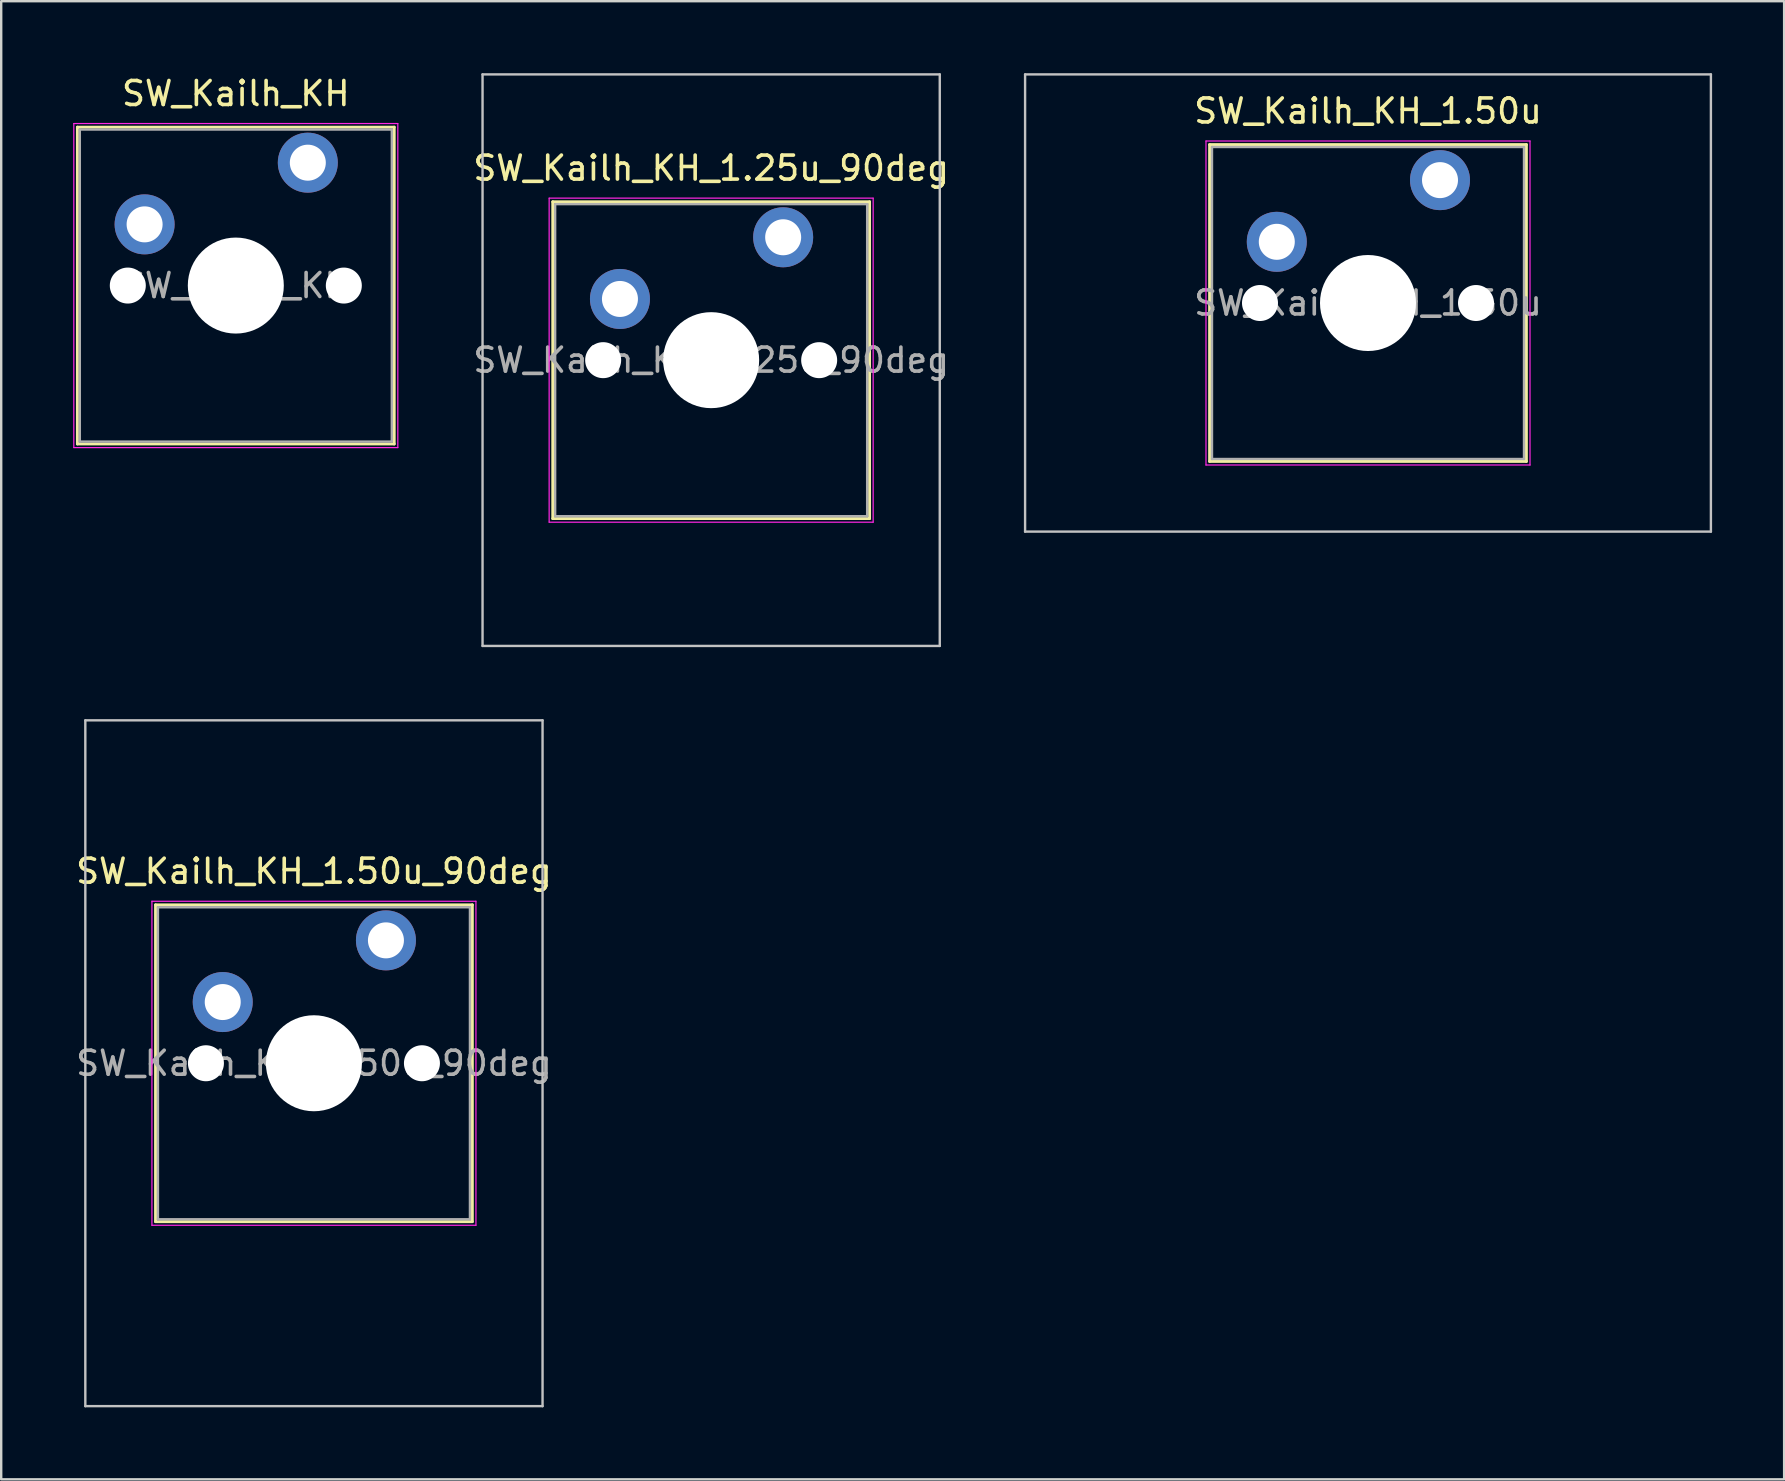
<source format=kicad_pcb>
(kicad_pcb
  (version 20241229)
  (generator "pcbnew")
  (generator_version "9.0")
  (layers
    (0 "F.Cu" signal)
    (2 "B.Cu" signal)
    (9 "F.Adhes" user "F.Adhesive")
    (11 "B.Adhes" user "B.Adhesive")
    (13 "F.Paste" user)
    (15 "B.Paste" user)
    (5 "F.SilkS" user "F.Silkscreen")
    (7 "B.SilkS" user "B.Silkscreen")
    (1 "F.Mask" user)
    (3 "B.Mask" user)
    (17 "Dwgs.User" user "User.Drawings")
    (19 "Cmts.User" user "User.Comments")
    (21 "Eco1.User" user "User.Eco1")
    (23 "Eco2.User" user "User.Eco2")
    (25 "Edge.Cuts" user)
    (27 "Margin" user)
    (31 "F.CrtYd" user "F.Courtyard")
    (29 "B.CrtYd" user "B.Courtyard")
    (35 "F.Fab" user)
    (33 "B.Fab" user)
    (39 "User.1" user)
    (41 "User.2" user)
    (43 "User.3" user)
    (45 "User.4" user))
  (footprint "SW_Kailh_KH"
    (layer "F.Cu")
    (at 6.775 8.848)
    (property "Reference" "SW_Kailh_KH" (at 0 -8 0) (layer "F.SilkS") (effects (font (size 1 1) (thickness 0.15))))
    (attr through_hole)
    (fp_line (start -6.6 -6.6) (end -6.6 6.6) (stroke (width 0.12) (type solid)) (layer "F.SilkS"))
    (fp_line (start -6.6 6.6) (end 6.6 6.6) (stroke (width 0.12) (type solid)) (layer "F.SilkS"))
    (fp_line (start 6.6 -6.6) (end -6.6 -6.6) (stroke (width 0.12) (type solid)) (layer "F.SilkS"))
    (fp_line (start 6.6 6.6) (end 6.6 -6.6) (stroke (width 0.12) (type solid)) (layer "F.SilkS"))
    (fp_line (start -6.1 -6.1) (end -6.1 6.1) (stroke (width 0.1) (type solid)) (layer "Eco1.User"))
    (fp_line (start -6.1 6.1) (end 6.1 6.1) (stroke (width 0.1) (type solid)) (layer "Eco1.User"))
    (fp_line (start 6.1 -6.1) (end -6.1 -6.1) (stroke (width 0.1) (type solid)) (layer "Eco1.User"))
    (fp_line (start 6.1 6.1) (end 6.1 -6.1) (stroke (width 0.1) (type solid)) (layer "Eco1.User"))
    (fp_line (start -6.75 -6.75) (end -6.75 6.75) (stroke (width 0.05) (type solid)) (layer "F.CrtYd"))
    (fp_line (start -6.75 6.75) (end 6.75 6.75) (stroke (width 0.05) (type solid)) (layer "F.CrtYd"))
    (fp_line (start 6.75 -6.75) (end -6.75 -6.75) (stroke (width 0.05) (type solid)) (layer "F.CrtYd"))
    (fp_line (start 6.75 6.75) (end 6.75 -6.75) (stroke (width 0.05) (type solid)) (layer "F.CrtYd"))
    (fp_line (start -6.5 -6.5) (end -6.5 6.5) (stroke (width 0.1) (type solid)) (layer "F.Fab"))
    (fp_line (start -6.5 6.5) (end 6.5 6.5) (stroke (width 0.1) (type solid)) (layer "F.Fab"))
    (fp_line (start 6.5 -6.5) (end -6.5 -6.5) (stroke (width 0.1) (type solid)) (layer "F.Fab"))
    (fp_line (start 6.5 6.5) (end 6.5 -6.5) (stroke (width 0.1) (type solid)) (layer "F.Fab"))
    (fp_text user "${REFERENCE}" (at 0 0 0) (layer "F.Fab") (effects (font (size 1 1) (thickness 0.15))))
    (pad "" np_thru_hole circle (at -4.5 0) (size 1.5 1.5) (drill 1.5) (layers "*.Cu" "*.Mask"))
    (pad "" smd circle (at -3.8 -2.55) (size 1.55 1.55) (layers "F.Mask"))
    (pad "" np_thru_hole circle (at 0 0) (size 4 4) (drill 4) (layers "*.Cu" "*.Mask"))
    (pad "" smd circle (at 3 -5.12) (size 1.55 1.55) (layers "F.Mask"))
    (pad "" np_thru_hole circle (at 4.5 0) (size 1.5 1.5) (drill 1.5) (layers "*.Cu" "*.Mask"))
    (pad "1" thru_hole circle (at -3.8 -2.55) (size 2.5 2.5) (drill 1.5) (layers "*.Cu" "B.Mask"))
    (pad "2" thru_hole circle (at 3 -5.12) (size 2.5 2.5) (drill 1.5) (layers "*.Cu" "B.Mask")))
  (footprint "SW_Kailh_KH_1.50u_90deg"
    (layer "F.Cu")
    (at 10.03 41.25)
    (property "Reference" "SW_Kailh_KH_1.50u_90deg" (at 0 -8 0) (layer "F.SilkS") (effects (font (size 1 1) (thickness 0.15))))
    (attr through_hole)
    (fp_line (start -6.6 -6.6) (end -6.6 6.6) (stroke (width 0.12) (type solid)) (layer "F.SilkS"))
    (fp_line (start -6.6 6.6) (end 6.6 6.6) (stroke (width 0.12) (type solid)) (layer "F.SilkS"))
    (fp_line (start 6.6 -6.6) (end -6.6 -6.6) (stroke (width 0.12) (type solid)) (layer "F.SilkS"))
    (fp_line (start 6.6 6.6) (end 6.6 -6.6) (stroke (width 0.12) (type solid)) (layer "F.SilkS"))
    (fp_line (start -9.525 -14.287) (end 9.525 -14.287) (stroke (width 0.1) (type solid)) (layer "Dwgs.User"))
    (fp_line (start -9.525 14.287) (end -9.525 -14.287) (stroke (width 0.1) (type solid)) (layer "Dwgs.User"))
    (fp_line (start 9.525 -14.287) (end 9.525 14.287) (stroke (width 0.1) (type solid)) (layer "Dwgs.User"))
    (fp_line (start 9.525 14.287) (end -9.525 14.287) (stroke (width 0.1) (type solid)) (layer "Dwgs.User"))
    (fp_line (start -6.1 -6.1) (end -6.1 6.1) (stroke (width 0.1) (type solid)) (layer "Eco1.User"))
    (fp_line (start -6.1 6.1) (end 6.1 6.1) (stroke (width 0.1) (type solid)) (layer "Eco1.User"))
    (fp_line (start 6.1 -6.1) (end -6.1 -6.1) (stroke (width 0.1) (type solid)) (layer "Eco1.User"))
    (fp_line (start 6.1 6.1) (end 6.1 -6.1) (stroke (width 0.1) (type solid)) (layer "Eco1.User"))
    (fp_line (start -6.75 -6.75) (end -6.75 6.75) (stroke (width 0.05) (type solid)) (layer "F.CrtYd"))
    (fp_line (start -6.75 6.75) (end 6.75 6.75) (stroke (width 0.05) (type solid)) (layer "F.CrtYd"))
    (fp_line (start 6.75 -6.75) (end -6.75 -6.75) (stroke (width 0.05) (type solid)) (layer "F.CrtYd"))
    (fp_line (start 6.75 6.75) (end 6.75 -6.75) (stroke (width 0.05) (type solid)) (layer "F.CrtYd"))
    (fp_line (start -6.5 -6.5) (end -6.5 6.5) (stroke (width 0.1) (type solid)) (layer "F.Fab"))
    (fp_line (start -6.5 6.5) (end 6.5 6.5) (stroke (width 0.1) (type solid)) (layer "F.Fab"))
    (fp_line (start 6.5 -6.5) (end -6.5 -6.5) (stroke (width 0.1) (type solid)) (layer "F.Fab"))
    (fp_line (start 6.5 6.5) (end 6.5 -6.5) (stroke (width 0.1) (type solid)) (layer "F.Fab"))
    (fp_text user "${REFERENCE}" (at 0 0 0) (layer "F.Fab") (effects (font (size 1 1) (thickness 0.15))))
    (pad "" np_thru_hole circle (at -4.5 0) (size 1.5 1.5) (drill 1.5) (layers "*.Cu" "*.Mask"))
    (pad "" smd circle (at -3.8 -2.55) (size 1.55 1.55) (layers "F.Mask"))
    (pad "" np_thru_hole circle (at 0 0) (size 4 4) (drill 4) (layers "*.Cu" "*.Mask"))
    (pad "" smd circle (at 3 -5.12) (size 1.55 1.55) (layers "F.Mask"))
    (pad "" np_thru_hole circle (at 4.5 0) (size 1.5 1.5) (drill 1.5) (layers "*.Cu" "*.Mask"))
    (pad "1" thru_hole circle (at -3.8 -2.55) (size 2.5 2.5) (drill 1.5) (layers "*.Cu" "B.Mask"))
    (pad "2" thru_hole circle (at 3 -5.12) (size 2.5 2.5) (drill 1.5) (layers "*.Cu" "B.Mask")))
  (footprint "SW_Kailh_KH_1.50u"
    (layer "F.Cu")
    (at 53.947 9.575)
    (property "Reference" "SW_Kailh_KH_1.50u" (at 0 -8 0) (layer "F.SilkS") (effects (font (size 1 1) (thickness 0.15))))
    (attr through_hole)
    (fp_line (start -6.6 -6.6) (end -6.6 6.6) (stroke (width 0.12) (type solid)) (layer "F.SilkS"))
    (fp_line (start -6.6 6.6) (end 6.6 6.6) (stroke (width 0.12) (type solid)) (layer "F.SilkS"))
    (fp_line (start 6.6 -6.6) (end -6.6 -6.6) (stroke (width 0.12) (type solid)) (layer "F.SilkS"))
    (fp_line (start 6.6 6.6) (end 6.6 -6.6) (stroke (width 0.12) (type solid)) (layer "F.SilkS"))
    (fp_line (start -14.287 -9.525) (end -14.287 9.525) (stroke (width 0.1) (type solid)) (layer "Dwgs.User"))
    (fp_line (start -14.287 9.525) (end 14.287 9.525) (stroke (width 0.1) (type solid)) (layer "Dwgs.User"))
    (fp_line (start 14.287 -9.525) (end -14.287 -9.525) (stroke (width 0.1) (type solid)) (layer "Dwgs.User"))
    (fp_line (start 14.287 9.525) (end 14.287 -9.525) (stroke (width 0.1) (type solid)) (layer "Dwgs.User"))
    (fp_line (start -6.1 -6.1) (end -6.1 6.1) (stroke (width 0.1) (type solid)) (layer "Eco1.User"))
    (fp_line (start -6.1 6.1) (end 6.1 6.1) (stroke (width 0.1) (type solid)) (layer "Eco1.User"))
    (fp_line (start 6.1 -6.1) (end -6.1 -6.1) (stroke (width 0.1) (type solid)) (layer "Eco1.User"))
    (fp_line (start 6.1 6.1) (end 6.1 -6.1) (stroke (width 0.1) (type solid)) (layer "Eco1.User"))
    (fp_line (start -6.75 -6.75) (end -6.75 6.75) (stroke (width 0.05) (type solid)) (layer "F.CrtYd"))
    (fp_line (start -6.75 6.75) (end 6.75 6.75) (stroke (width 0.05) (type solid)) (layer "F.CrtYd"))
    (fp_line (start 6.75 -6.75) (end -6.75 -6.75) (stroke (width 0.05) (type solid)) (layer "F.CrtYd"))
    (fp_line (start 6.75 6.75) (end 6.75 -6.75) (stroke (width 0.05) (type solid)) (layer "F.CrtYd"))
    (fp_line (start -6.5 -6.5) (end -6.5 6.5) (stroke (width 0.1) (type solid)) (layer "F.Fab"))
    (fp_line (start -6.5 6.5) (end 6.5 6.5) (stroke (width 0.1) (type solid)) (layer "F.Fab"))
    (fp_line (start 6.5 -6.5) (end -6.5 -6.5) (stroke (width 0.1) (type solid)) (layer "F.Fab"))
    (fp_line (start 6.5 6.5) (end 6.5 -6.5) (stroke (width 0.1) (type solid)) (layer "F.Fab"))
    (fp_text user "${REFERENCE}" (at 0 0 0) (layer "F.Fab") (effects (font (size 1 1) (thickness 0.15))))
    (pad "" np_thru_hole circle (at -4.5 0) (size 1.5 1.5) (drill 1.5) (layers "*.Cu" "*.Mask"))
    (pad "" smd circle (at -3.8 -2.55) (size 1.55 1.55) (layers "F.Mask"))
    (pad "" np_thru_hole circle (at 0 0) (size 4 4) (drill 4) (layers "*.Cu" "*.Mask"))
    (pad "" smd circle (at 3 -5.12) (size 1.55 1.55) (layers "F.Mask"))
    (pad "" np_thru_hole circle (at 4.5 0) (size 1.5 1.5) (drill 1.5) (layers "*.Cu" "*.Mask"))
    (pad "1" thru_hole circle (at -3.8 -2.55) (size 2.5 2.5) (drill 1.5) (layers "*.Cu" "B.Mask"))
    (pad "2" thru_hole circle (at 3 -5.12) (size 2.5 2.5) (drill 1.5) (layers "*.Cu" "B.Mask")))
  (footprint "SW_Kailh_KH_1.25u_90deg"
    (layer "F.Cu")
    (at 26.58 11.956)
    (property "Reference" "SW_Kailh_KH_1.25u_90deg" (at 0 -8 0) (layer "F.SilkS") (effects (font (size 1 1) (thickness 0.15))))
    (attr through_hole)
    (fp_line (start -6.6 -6.6) (end -6.6 6.6) (stroke (width 0.12) (type solid)) (layer "F.SilkS"))
    (fp_line (start -6.6 6.6) (end 6.6 6.6) (stroke (width 0.12) (type solid)) (layer "F.SilkS"))
    (fp_line (start 6.6 -6.6) (end -6.6 -6.6) (stroke (width 0.12) (type solid)) (layer "F.SilkS"))
    (fp_line (start 6.6 6.6) (end 6.6 -6.6) (stroke (width 0.12) (type solid)) (layer "F.SilkS"))
    (fp_line (start -9.525 -11.906) (end 9.525 -11.906) (stroke (width 0.1) (type solid)) (layer "Dwgs.User"))
    (fp_line (start -9.525 11.906) (end -9.525 -11.906) (stroke (width 0.1) (type solid)) (layer "Dwgs.User"))
    (fp_line (start 9.525 -11.906) (end 9.525 11.906) (stroke (width 0.1) (type solid)) (layer "Dwgs.User"))
    (fp_line (start 9.525 11.906) (end -9.525 11.906) (stroke (width 0.1) (type solid)) (layer "Dwgs.User"))
    (fp_line (start -6.1 -6.1) (end -6.1 6.1) (stroke (width 0.1) (type solid)) (layer "Eco1.User"))
    (fp_line (start -6.1 6.1) (end 6.1 6.1) (stroke (width 0.1) (type solid)) (layer "Eco1.User"))
    (fp_line (start 6.1 -6.1) (end -6.1 -6.1) (stroke (width 0.1) (type solid)) (layer "Eco1.User"))
    (fp_line (start 6.1 6.1) (end 6.1 -6.1) (stroke (width 0.1) (type solid)) (layer "Eco1.User"))
    (fp_line (start -6.75 -6.75) (end -6.75 6.75) (stroke (width 0.05) (type solid)) (layer "F.CrtYd"))
    (fp_line (start -6.75 6.75) (end 6.75 6.75) (stroke (width 0.05) (type solid)) (layer "F.CrtYd"))
    (fp_line (start 6.75 -6.75) (end -6.75 -6.75) (stroke (width 0.05) (type solid)) (layer "F.CrtYd"))
    (fp_line (start 6.75 6.75) (end 6.75 -6.75) (stroke (width 0.05) (type solid)) (layer "F.CrtYd"))
    (fp_line (start -6.5 -6.5) (end -6.5 6.5) (stroke (width 0.1) (type solid)) (layer "F.Fab"))
    (fp_line (start -6.5 6.5) (end 6.5 6.5) (stroke (width 0.1) (type solid)) (layer "F.Fab"))
    (fp_line (start 6.5 -6.5) (end -6.5 -6.5) (stroke (width 0.1) (type solid)) (layer "F.Fab"))
    (fp_line (start 6.5 6.5) (end 6.5 -6.5) (stroke (width 0.1) (type solid)) (layer "F.Fab"))
    (fp_text user "${REFERENCE}" (at 0 0 0) (layer "F.Fab") (effects (font (size 1 1) (thickness 0.15))))
    (pad "" np_thru_hole circle (at -4.5 0) (size 1.5 1.5) (drill 1.5) (layers "*.Cu" "*.Mask"))
    (pad "" smd circle (at -3.8 -2.55) (size 1.55 1.55) (layers "F.Mask"))
    (pad "" np_thru_hole circle (at 0 0) (size 4 4) (drill 4) (layers "*.Cu" "*.Mask"))
    (pad "" smd circle (at 3 -5.12) (size 1.55 1.55) (layers "F.Mask"))
    (pad "" np_thru_hole circle (at 4.5 0) (size 1.5 1.5) (drill 1.5) (layers "*.Cu" "*.Mask"))
    (pad "1" thru_hole circle (at -3.8 -2.55) (size 2.5 2.5) (drill 1.5) (layers "*.Cu" "B.Mask"))
    (pad "2" thru_hole circle (at 3 -5.12) (size 2.5 2.5) (drill 1.5) (layers "*.Cu" "B.Mask")))
  (gr_rect
    (start -3 -3)
    (end 71.285 58.587)
    (stroke (width 0.1) (type default))
    (fill no)
    (layer "Edge.Cuts")))
</source>
